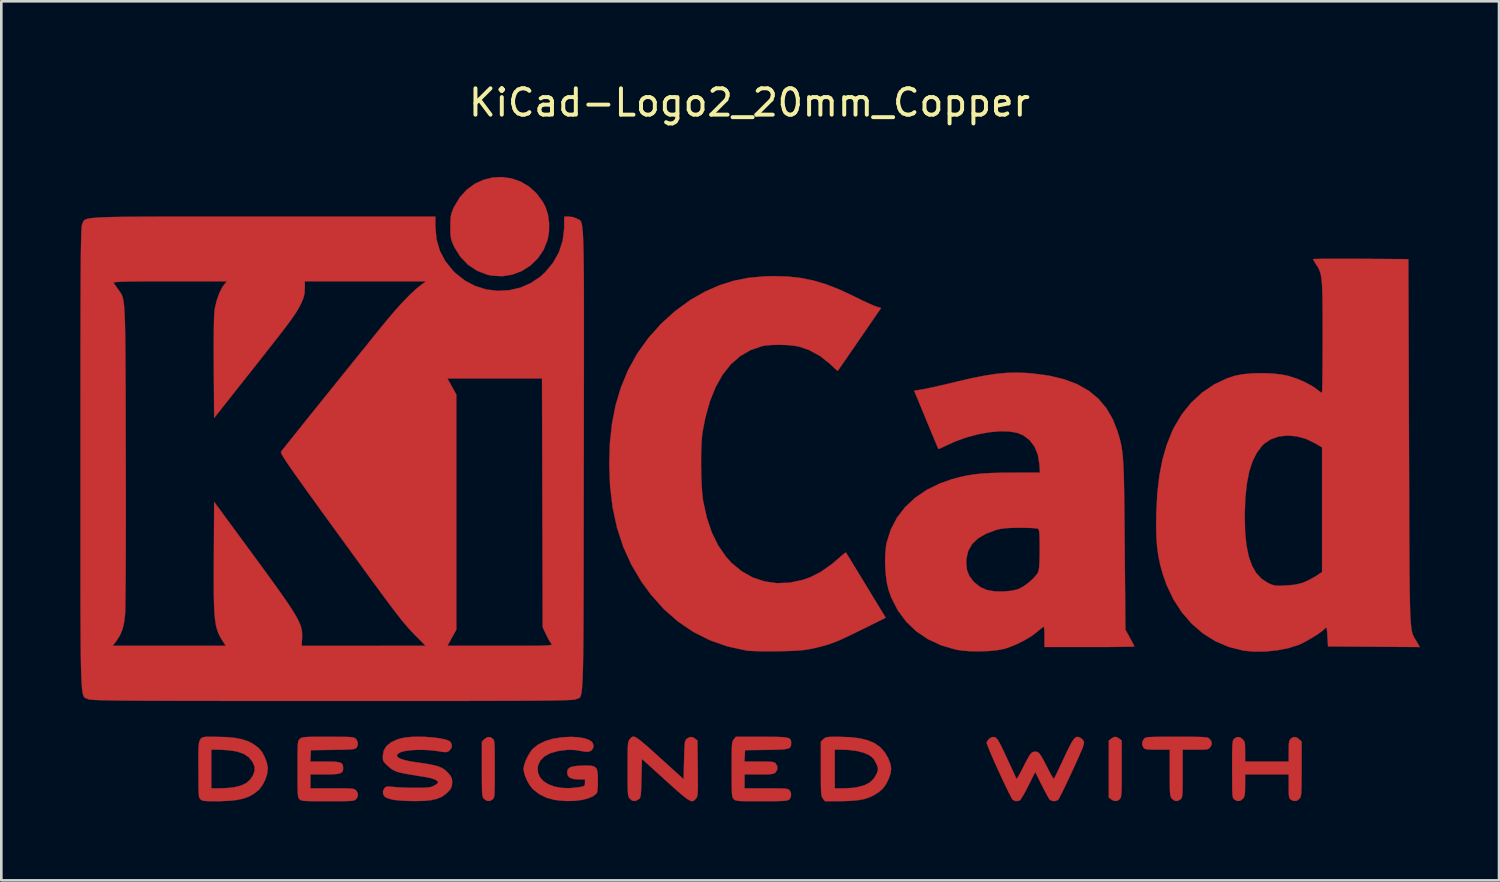
<source format=kicad_pcb>
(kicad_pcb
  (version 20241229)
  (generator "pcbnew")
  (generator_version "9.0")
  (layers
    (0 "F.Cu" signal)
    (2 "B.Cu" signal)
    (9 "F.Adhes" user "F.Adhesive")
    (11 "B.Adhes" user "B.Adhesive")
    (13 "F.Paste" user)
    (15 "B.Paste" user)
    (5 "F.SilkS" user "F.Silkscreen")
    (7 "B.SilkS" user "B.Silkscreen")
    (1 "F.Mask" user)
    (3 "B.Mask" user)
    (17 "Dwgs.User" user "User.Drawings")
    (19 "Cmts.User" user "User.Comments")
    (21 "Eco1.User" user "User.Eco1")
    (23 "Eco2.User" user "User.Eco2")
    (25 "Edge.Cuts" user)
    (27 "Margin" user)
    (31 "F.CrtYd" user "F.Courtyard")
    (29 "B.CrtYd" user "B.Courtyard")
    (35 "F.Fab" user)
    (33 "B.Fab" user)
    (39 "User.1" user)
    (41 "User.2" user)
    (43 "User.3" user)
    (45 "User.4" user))
  (footprint "KiCad-Logo2_20mm_Copper"
    (layer "F.Cu")
    (at 25.405 13.548)
    (property "Reference" "KiCad-Logo2_20mm_Copper" (at 0 -12.7 0) (layer "F.SilkS") (effects (font (size 1 1) (thickness 0.15))))
    (attr exclude_from_pos_files exclude_from_bom)
    (fp_poly (pts (xy 13.962 11.396) (xy 14.041 11.445) (xy 14.13 11.517) (xy 14.13 12.589) (xy 14.13 12.903) (xy 14.128 13.15) (xy 14.126 13.339) (xy 14.121 13.479) (xy 14.114 13.579) (xy 14.103 13.648) (xy 14.089 13.693) (xy 14.071 13.725) (xy 14.058 13.74) (xy 13.953 13.809) (xy 13.834 13.806) (xy 13.73 13.748) (xy 13.641 13.676) (xy 13.641 11.517) (xy 13.73 11.445) (xy 13.815 11.393) (xy 13.885 11.374) (xy 13.962 11.396)) (stroke (width 0.01) (type solid)) (fill yes) (layer "F.Cu"))
    (fp_poly (pts (xy -9.746 11.449) (xy -9.724 11.474) (xy -9.707 11.507) (xy -9.694 11.555) (xy -9.684 11.629) (xy -9.678 11.735) (xy -9.674 11.885) (xy -9.672 12.085) (xy -9.671 12.344) (xy -9.671 12.597) (xy -9.671 12.909) (xy -9.672 13.156) (xy -9.675 13.344) (xy -9.679 13.483) (xy -9.686 13.583) (xy -9.696 13.65) (xy -9.71 13.694) (xy -9.728 13.725) (xy -9.746 13.744) (xy -9.856 13.81) (xy -9.973 13.804) (xy -10.078 13.732) (xy -10.102 13.704) (xy -10.121 13.672) (xy -10.135 13.626) (xy -10.146 13.558) (xy -10.153 13.458) (xy -10.157 13.318) (xy -10.159 13.129) (xy -10.16 12.882) (xy -10.16 12.602) (xy -10.16 11.558) (xy -10.068 11.466) (xy -9.954 11.388) (xy -9.843 11.385) (xy -9.746 11.449)) (stroke (width 0.01) (type solid)) (fill yes) (layer "F.Cu"))
    (fp_poly (pts (xy -9.038 -9.825) (xy -8.696 -9.707) (xy -8.378 -9.52) (xy -8.094 -9.266) (xy -7.854 -8.943) (xy -7.746 -8.74) (xy -7.653 -8.455) (xy -7.608 -8.127) (xy -7.613 -7.79) (xy -7.668 -7.484) (xy -7.82 -7.11) (xy -8.04 -6.786) (xy -8.318 -6.518) (xy -8.641 -6.312) (xy -8.999 -6.175) (xy -9.381 -6.112) (xy -9.775 -6.132) (xy -9.969 -6.173) (xy -10.347 -6.32) (xy -10.683 -6.545) (xy -10.969 -6.84) (xy -11.196 -7.198) (xy -11.216 -7.238) (xy -11.282 -7.385) (xy -11.324 -7.508) (xy -11.346 -7.639) (xy -11.356 -7.807) (xy -11.357 -7.989) (xy -11.355 -8.208) (xy -11.343 -8.366) (xy -11.317 -8.494) (xy -11.271 -8.622) (xy -11.213 -8.748) (xy -10.999 -9.106) (xy -10.735 -9.397) (xy -10.432 -9.619) (xy -10.101 -9.772) (xy -9.751 -9.858) (xy -9.393 -9.876) (xy -9.038 -9.825)) (stroke (width 0.01) (type solid)) (fill yes) (layer "F.Cu"))
    (fp_poly (pts (xy 16.544 11.374) (xy 16.806 11.375) (xy 17.01 11.378) (xy 17.163 11.382) (xy 17.274 11.389) (xy 17.351 11.398) (xy 17.402 11.411) (xy 17.436 11.427) (xy 17.453 11.439) (xy 17.538 11.548) (xy 17.549 11.66) (xy 17.496 11.763) (xy 17.461 11.804) (xy 17.424 11.832) (xy 17.37 11.849) (xy 17.285 11.858) (xy 17.156 11.862) (xy 16.968 11.863) (xy 16.931 11.863) (xy 16.444 11.863) (xy 16.444 12.766) (xy 16.444 13.051) (xy 16.442 13.27) (xy 16.439 13.433) (xy 16.433 13.549) (xy 16.424 13.629) (xy 16.41 13.682) (xy 16.392 13.717) (xy 16.369 13.744) (xy 16.259 13.81) (xy 16.145 13.805) (xy 16.041 13.73) (xy 16.033 13.72) (xy 16.008 13.685) (xy 15.989 13.644) (xy 15.975 13.586) (xy 15.966 13.503) (xy 15.96 13.383) (xy 15.957 13.217) (xy 15.955 12.995) (xy 15.955 12.742) (xy 15.955 11.863) (xy 15.49 11.863) (xy 15.291 11.861) (xy 15.153 11.856) (xy 15.062 11.845) (xy 15.005 11.827) (xy 14.968 11.799) (xy 14.964 11.794) (xy 14.909 11.683) (xy 14.914 11.558) (xy 14.977 11.449) (xy 15.001 11.428) (xy 15.032 11.411) (xy 15.079 11.398) (xy 15.149 11.388) (xy 15.251 11.382) (xy 15.394 11.377) (xy 15.585 11.375) (xy 15.834 11.374) (xy 16.147 11.374) (xy 16.214 11.374) (xy 16.544 11.374)) (stroke (width 0.01) (type solid)) (fill yes) (layer "F.Cu"))
    (fp_poly (pts (xy 20.763 11.392) (xy 20.867 11.466) (xy 20.96 11.558) (xy 20.96 12.59) (xy 20.959 12.896) (xy 20.958 13.136) (xy 20.956 13.319) (xy 20.951 13.455) (xy 20.943 13.551) (xy 20.932 13.618) (xy 20.917 13.664) (xy 20.897 13.699) (xy 20.882 13.72) (xy 20.779 13.802) (xy 20.662 13.811) (xy 20.554 13.761) (xy 20.519 13.731) (xy 20.495 13.692) (xy 20.481 13.628) (xy 20.473 13.527) (xy 20.471 13.372) (xy 20.471 13.253) (xy 20.471 12.803) (xy 18.815 12.803) (xy 18.815 13.212) (xy 18.813 13.399) (xy 18.806 13.528) (xy 18.792 13.615) (xy 18.767 13.676) (xy 18.737 13.72) (xy 18.634 13.802) (xy 18.517 13.812) (xy 18.406 13.754) (xy 18.375 13.723) (xy 18.354 13.683) (xy 18.34 13.62) (xy 18.331 13.522) (xy 18.327 13.376) (xy 18.325 13.171) (xy 18.325 13.123) (xy 18.323 12.735) (xy 18.322 12.416) (xy 18.322 12.157) (xy 18.324 11.953) (xy 18.328 11.796) (xy 18.333 11.678) (xy 18.341 11.594) (xy 18.352 11.536) (xy 18.365 11.497) (xy 18.382 11.469) (xy 18.401 11.449) (xy 18.507 11.383) (xy 18.618 11.392) (xy 18.722 11.466) (xy 18.765 11.514) (xy 18.792 11.567) (xy 18.807 11.642) (xy 18.813 11.757) (xy 18.815 11.929) (xy 18.815 11.936) (xy 18.815 12.314) (xy 20.471 12.314) (xy 20.471 11.919) (xy 20.472 11.737) (xy 20.479 11.614) (xy 20.493 11.534) (xy 20.518 11.481) (xy 20.546 11.449) (xy 20.652 11.383) (xy 20.763 11.392)) (stroke (width 0.01) (type solid)) (fill yes) (layer "F.Cu"))
    (fp_poly (pts (xy 3.394 11.374) (xy 3.824 11.389) (xy 4.19 11.433) (xy 4.497 11.509) (xy 4.753 11.62) (xy 4.962 11.769) (xy 5.131 11.957) (xy 5.266 12.189) (xy 5.268 12.195) (xy 5.349 12.402) (xy 5.377 12.585) (xy 5.354 12.77) (xy 5.279 12.98) (xy 5.265 13.012) (xy 5.167 13.2) (xy 5.058 13.345) (xy 4.917 13.468) (xy 4.724 13.59) (xy 4.713 13.597) (xy 4.545 13.677) (xy 4.355 13.738) (xy 4.132 13.779) (xy 3.862 13.805) (xy 3.534 13.817) (xy 3.418 13.818) (xy 2.865 13.819) (xy 2.787 13.72) (xy 2.764 13.688) (xy 2.746 13.65) (xy 2.733 13.597) (xy 2.723 13.521) (xy 2.716 13.411) (xy 2.714 13.33) (xy 3.236 13.33) (xy 3.549 13.33) (xy 3.732 13.325) (xy 3.92 13.311) (xy 4.074 13.291) (xy 4.084 13.289) (xy 4.358 13.216) (xy 4.57 13.105) (xy 4.728 12.953) (xy 4.838 12.753) (xy 4.857 12.7) (xy 4.876 12.618) (xy 4.868 12.536) (xy 4.828 12.428) (xy 4.804 12.375) (xy 4.727 12.233) (xy 4.633 12.134) (xy 4.53 12.065) (xy 4.323 11.975) (xy 4.059 11.91) (xy 3.751 11.872) (xy 3.528 11.864) (xy 3.236 11.863) (xy 3.236 13.33) (xy 2.714 13.33) (xy 2.712 13.26) (xy 2.71 13.058) (xy 2.709 12.795) (xy 2.709 12.59) (xy 2.709 11.558) (xy 2.802 11.466) (xy 2.843 11.428) (xy 2.887 11.403) (xy 2.949 11.387) (xy 3.043 11.378) (xy 3.182 11.375) (xy 3.382 11.374) (xy 3.394 11.374)) (stroke (width 0.01) (type solid)) (fill yes) (layer "F.Cu"))
    (fp_poly (pts (xy -20.405 11.374) (xy -20.273 11.375) (xy -19.887 11.384) (xy -19.564 11.412) (xy -19.293 11.461) (xy -19.062 11.534) (xy -18.861 11.634) (xy -18.679 11.765) (xy -18.614 11.822) (xy -18.506 11.955) (xy -18.408 12.135) (xy -18.333 12.334) (xy -18.292 12.526) (xy -18.288 12.597) (xy -18.315 12.793) (xy -18.386 13.007) (xy -18.49 13.209) (xy -18.613 13.371) (xy -18.633 13.391) (xy -18.802 13.528) (xy -18.987 13.635) (xy -19.199 13.715) (xy -19.448 13.77) (xy -19.746 13.803) (xy -20.102 13.818) (xy -20.265 13.819) (xy -20.473 13.818) (xy -20.618 13.814) (xy -20.716 13.805) (xy -20.78 13.789) (xy -20.824 13.765) (xy -20.847 13.744) (xy -20.869 13.719) (xy -20.886 13.686) (xy -20.899 13.638) (xy -20.908 13.564) (xy -20.915 13.458) (xy -20.919 13.308) (xy -20.921 13.108) (xy -20.922 12.849) (xy -20.922 12.597) (xy -20.923 12.26) (xy -20.923 11.991) (xy -20.92 11.863) (xy -20.433 11.863) (xy -20.433 13.33) (xy -20.122 13.33) (xy -19.936 13.325) (xy -19.74 13.311) (xy -19.577 13.292) (xy -19.572 13.291) (xy -19.308 13.227) (xy -19.103 13.128) (xy -18.948 12.986) (xy -18.849 12.833) (xy -18.788 12.663) (xy -18.793 12.504) (xy -18.863 12.333) (xy -19.002 12.156) (xy -19.193 12.025) (xy -19.442 11.938) (xy -19.609 11.907) (xy -19.798 11.885) (xy -19.998 11.869) (xy -20.169 11.863) (xy -20.179 11.863) (xy -20.433 11.863) (xy -20.92 11.863) (xy -20.918 11.783) (xy -20.903 11.627) (xy -20.876 11.516) (xy -20.832 11.443) (xy -20.767 11.399) (xy -20.676 11.378) (xy -20.557 11.372) (xy -20.405 11.374)) (stroke (width 0.01) (type solid)) (fill yes) (layer "F.Cu"))
    (fp_poly (pts (xy -4.334 11.388) (xy -4.255 11.434) (xy -4.152 11.51) (xy -4.02 11.618) (xy -3.853 11.762) (xy -3.646 11.947) (xy -3.394 12.175) (xy -3.104 12.437) (xy -2.502 12.983) (xy -2.484 12.25) (xy -2.477 11.998) (xy -2.47 11.81) (xy -2.462 11.676) (xy -2.452 11.584) (xy -2.437 11.524) (xy -2.417 11.486) (xy -2.39 11.457) (xy -2.376 11.445) (xy -2.261 11.382) (xy -2.151 11.391) (xy -2.064 11.445) (xy -1.976 11.517) (xy -1.965 12.567) (xy -1.961 12.876) (xy -1.96 13.118) (xy -1.96 13.304) (xy -1.963 13.441) (xy -1.97 13.539) (xy -1.979 13.608) (xy -1.994 13.655) (xy -2.012 13.69) (xy -2.033 13.718) (xy -2.078 13.771) (xy -2.123 13.805) (xy -2.174 13.819) (xy -2.237 13.807) (xy -2.318 13.766) (xy -2.424 13.693) (xy -2.561 13.583) (xy -2.735 13.433) (xy -2.952 13.24) (xy -3.199 13.017) (xy -4.083 12.215) (xy -4.102 12.945) (xy -4.108 13.197) (xy -4.115 13.385) (xy -4.123 13.518) (xy -4.133 13.61) (xy -4.148 13.669) (xy -4.168 13.708) (xy -4.195 13.736) (xy -4.209 13.748) (xy -4.333 13.811) (xy -4.449 13.802) (xy -4.55 13.72) (xy -4.574 13.688) (xy -4.592 13.649) (xy -4.605 13.597) (xy -4.615 13.52) (xy -4.622 13.41) (xy -4.626 13.258) (xy -4.628 13.055) (xy -4.628 12.792) (xy -4.628 12.597) (xy -4.628 12.291) (xy -4.627 12.052) (xy -4.624 11.87) (xy -4.619 11.736) (xy -4.612 11.64) (xy -4.601 11.574) (xy -4.585 11.528) (xy -4.565 11.493) (xy -4.55 11.473) (xy -4.513 11.426) (xy -4.478 11.39) (xy -4.44 11.37) (xy -4.393 11.368) (xy -4.334 11.388)) (stroke (width 0.01) (type solid)) (fill yes) (layer "F.Cu"))
    (fp_poly (pts (xy -6.5 11.392) (xy -6.272 11.43) (xy -6.096 11.49) (xy -5.982 11.568) (xy -5.951 11.613) (xy -5.92 11.717) (xy -5.941 11.811) (xy -6.008 11.901) (xy -6.112 11.942) (xy -6.264 11.939) (xy -6.381 11.916) (xy -6.641 11.873) (xy -6.907 11.869) (xy -7.205 11.904) (xy -7.287 11.919) (xy -7.564 11.997) (xy -7.781 12.113) (xy -7.935 12.265) (xy -8.024 12.452) (xy -8.042 12.548) (xy -8.03 12.743) (xy -7.952 12.916) (xy -7.816 13.063) (xy -7.628 13.181) (xy -7.396 13.266) (xy -7.126 13.315) (xy -6.826 13.325) (xy -6.503 13.292) (xy -6.485 13.289) (xy -6.356 13.265) (xy -6.285 13.242) (xy -6.254 13.207) (xy -6.247 13.15) (xy -6.247 13.119) (xy -6.247 12.992) (xy -6.475 12.992) (xy -6.676 12.978) (xy -6.814 12.934) (xy -6.894 12.856) (xy -6.923 12.74) (xy -6.923 12.725) (xy -6.906 12.626) (xy -6.848 12.555) (xy -6.74 12.508) (xy -6.572 12.481) (xy -6.41 12.471) (xy -6.175 12.465) (xy -6.004 12.474) (xy -5.887 12.506) (xy -5.815 12.571) (xy -5.776 12.678) (xy -5.76 12.836) (xy -5.757 13.044) (xy -5.762 13.275) (xy -5.776 13.433) (xy -5.8 13.517) (xy -5.804 13.523) (xy -5.934 13.628) (xy -6.124 13.712) (xy -6.363 13.771) (xy -6.638 13.805) (xy -6.937 13.812) (xy -7.249 13.79) (xy -7.432 13.763) (xy -7.719 13.682) (xy -7.986 13.549) (xy -8.21 13.376) (xy -8.244 13.342) (xy -8.354 13.197) (xy -8.454 13.017) (xy -8.531 12.829) (xy -8.574 12.658) (xy -8.58 12.592) (xy -8.557 12.455) (xy -8.499 12.284) (xy -8.414 12.105) (xy -8.316 11.941) (xy -8.229 11.831) (xy -8.026 11.668) (xy -7.763 11.538) (xy -7.451 11.445) (xy -7.097 11.391) (xy -6.773 11.377) (xy -6.5 11.392)) (stroke (width 0.01) (type solid)) (fill yes) (layer "F.Cu"))
    (fp_poly (pts (xy 0.768 11.374) (xy 1.022 11.377) (xy 1.217 11.384) (xy 1.361 11.397) (xy 1.461 11.418) (xy 1.525 11.447) (xy 1.561 11.487) (xy 1.577 11.54) (xy 1.58 11.607) (xy 1.58 11.614) (xy 1.577 11.69) (xy 1.561 11.748) (xy 1.524 11.792) (xy 1.458 11.823) (xy 1.353 11.844) (xy 1.201 11.857) (xy 0.993 11.865) (xy 0.721 11.87) (xy 0.638 11.871) (xy -0.169 11.882) (xy -0.181 12.098) (xy -0.192 12.314) (xy 0.369 12.314) (xy 0.588 12.315) (xy 0.744 12.319) (xy 0.85 12.326) (xy 0.919 12.339) (xy 0.964 12.359) (xy 0.996 12.388) (xy 0.996 12.388) (xy 1.055 12.5) (xy 1.052 12.621) (xy 0.991 12.725) (xy 0.979 12.735) (xy 0.936 12.763) (xy 0.877 12.782) (xy 0.789 12.794) (xy 0.658 12.801) (xy 0.472 12.803) (xy 0.353 12.803) (xy -0.188 12.803) (xy -0.188 13.33) (xy 0.634 13.33) (xy 0.905 13.331) (xy 1.111 13.333) (xy 1.262 13.337) (xy 1.367 13.344) (xy 1.437 13.355) (xy 1.482 13.371) (xy 1.511 13.392) (xy 1.518 13.399) (xy 1.572 13.504) (xy 1.576 13.624) (xy 1.532 13.728) (xy 1.497 13.761) (xy 1.46 13.779) (xy 1.404 13.793) (xy 1.319 13.804) (xy 1.196 13.811) (xy 1.026 13.816) (xy 0.8 13.819) (xy 0.51 13.819) (xy 0.445 13.819) (xy 0.15 13.819) (xy -0.079 13.818) (xy -0.251 13.816) (xy -0.376 13.811) (xy -0.463 13.802) (xy -0.52 13.791) (xy -0.558 13.774) (xy -0.586 13.753) (xy -0.601 13.737) (xy -0.623 13.71) (xy -0.641 13.676) (xy -0.654 13.626) (xy -0.664 13.552) (xy -0.67 13.445) (xy -0.674 13.295) (xy -0.676 13.094) (xy -0.677 12.833) (xy -0.677 12.613) (xy -0.677 12.305) (xy -0.676 12.064) (xy -0.673 11.879) (xy -0.669 11.743) (xy -0.661 11.645) (xy -0.65 11.577) (xy -0.635 11.53) (xy -0.616 11.495) (xy -0.599 11.473) (xy -0.521 11.374) (xy 0.446 11.374) (xy 0.768 11.374)) (stroke (width 0.01) (type solid)) (fill yes) (layer "F.Cu"))
    (fp_poly (pts (xy -15.709 11.374) (xy -15.478 11.375) (xy -15.303 11.378) (xy -15.176 11.383) (xy -15.087 11.391) (xy -15.027 11.403) (xy -14.987 11.419) (xy -14.957 11.441) (xy -14.946 11.45) (xy -14.88 11.554) (xy -14.868 11.673) (xy -14.912 11.778) (xy -14.932 11.8) (xy -14.964 11.82) (xy -15.016 11.836) (xy -15.098 11.848) (xy -15.219 11.857) (xy -15.389 11.864) (xy -15.617 11.868) (xy -15.825 11.871) (xy -16.651 11.882) (xy -16.662 12.098) (xy -16.674 12.314) (xy -16.113 12.314) (xy -15.87 12.316) (xy -15.692 12.325) (xy -15.569 12.344) (xy -15.491 12.378) (xy -15.448 12.429) (xy -15.431 12.502) (xy -15.428 12.569) (xy -15.436 12.652) (xy -15.468 12.713) (xy -15.531 12.755) (xy -15.637 12.782) (xy -15.795 12.797) (xy -16.013 12.803) (xy -16.133 12.803) (xy -16.67 12.803) (xy -16.67 13.33) (xy -15.842 13.33) (xy -15.571 13.331) (xy -15.364 13.332) (xy -15.213 13.336) (xy -15.107 13.343) (xy -15.035 13.354) (xy -14.988 13.369) (xy -14.956 13.39) (xy -14.939 13.406) (xy -14.882 13.495) (xy -14.864 13.575) (xy -14.89 13.672) (xy -14.939 13.744) (xy -14.965 13.767) (xy -14.999 13.784) (xy -15.049 13.798) (xy -15.126 13.807) (xy -15.237 13.813) (xy -15.392 13.817) (xy -15.601 13.819) (xy -15.871 13.819) (xy -16.011 13.819) (xy -16.312 13.819) (xy -16.546 13.818) (xy -16.724 13.815) (xy -16.853 13.81) (xy -16.944 13.802) (xy -17.004 13.791) (xy -17.044 13.775) (xy -17.073 13.755) (xy -17.084 13.744) (xy -17.106 13.719) (xy -17.123 13.686) (xy -17.136 13.637) (xy -17.146 13.564) (xy -17.152 13.457) (xy -17.156 13.307) (xy -17.158 13.106) (xy -17.159 12.846) (xy -17.159 12.603) (xy -17.159 12.292) (xy -17.158 12.048) (xy -17.156 11.862) (xy -17.152 11.724) (xy -17.145 11.626) (xy -17.135 11.56) (xy -17.121 11.516) (xy -17.102 11.486) (xy -17.078 11.461) (xy -17.072 11.455) (xy -17.043 11.431) (xy -17.01 11.411) (xy -16.962 11.397) (xy -16.891 11.387) (xy -16.788 11.38) (xy -16.643 11.376) (xy -16.446 11.374) (xy -16.189 11.374) (xy -16.007 11.374) (xy -15.709 11.374)) (stroke (width 0.01) (type solid)) (fill yes) (layer "F.Cu"))
    (fp_poly (pts (xy 12.482 11.38) (xy 12.548 11.403) (xy 12.55 11.405) (xy 12.639 11.472) (xy 12.688 11.542) (xy 12.697 11.575) (xy 12.697 11.618) (xy 12.683 11.68) (xy 12.654 11.768) (xy 12.606 11.889) (xy 12.535 12.052) (xy 12.441 12.265) (xy 12.318 12.534) (xy 12.251 12.681) (xy 12.129 12.943) (xy 12.014 13.185) (xy 11.912 13.396) (xy 11.825 13.569) (xy 11.76 13.694) (xy 11.719 13.763) (xy 11.711 13.772) (xy 11.607 13.814) (xy 11.49 13.809) (xy 11.397 13.758) (xy 11.393 13.754) (xy 11.356 13.697) (xy 11.293 13.587) (xy 11.213 13.438) (xy 11.123 13.263) (xy 11.091 13.199) (xy 10.847 12.71) (xy 10.581 13.241) (xy 10.486 13.425) (xy 10.398 13.584) (xy 10.324 13.706) (xy 10.271 13.78) (xy 10.253 13.796) (xy 10.114 13.817) (xy 9.999 13.772) (xy 9.966 13.725) (xy 9.907 13.619) (xy 9.829 13.465) (xy 9.736 13.274) (xy 9.632 13.056) (xy 9.523 12.822) (xy 9.413 12.581) (xy 9.306 12.345) (xy 9.209 12.123) (xy 9.125 11.926) (xy 9.059 11.765) (xy 9.016 11.65) (xy 9.001 11.591) (xy 9.001 11.589) (xy 9.038 11.515) (xy 9.111 11.439) (xy 9.116 11.436) (xy 9.206 11.385) (xy 9.29 11.385) (xy 9.321 11.395) (xy 9.359 11.416) (xy 9.4 11.457) (xy 9.448 11.526) (xy 9.508 11.633) (xy 9.585 11.786) (xy 9.683 11.992) (xy 9.772 12.183) (xy 9.875 12.404) (xy 9.967 12.603) (xy 10.043 12.769) (xy 10.099 12.892) (xy 10.131 12.962) (xy 10.135 12.973) (xy 10.156 12.955) (xy 10.203 12.88) (xy 10.27 12.76) (xy 10.352 12.604) (xy 10.384 12.54) (xy 10.494 12.323) (xy 10.579 12.166) (xy 10.645 12.057) (xy 10.701 11.99) (xy 10.752 11.954) (xy 10.805 11.94) (xy 10.84 11.938) (xy 10.902 11.943) (xy 10.956 11.966) (xy 11.01 12.015) (xy 11.071 12.1) (xy 11.146 12.23) (xy 11.242 12.415) (xy 11.296 12.52) (xy 11.382 12.687) (xy 11.457 12.826) (xy 11.515 12.924) (xy 11.548 12.971) (xy 11.553 12.973) (xy 11.574 12.936) (xy 11.622 12.841) (xy 11.692 12.697) (xy 11.779 12.515) (xy 11.878 12.305) (xy 11.927 12.2) (xy 12.054 11.93) (xy 12.156 11.723) (xy 12.239 11.57) (xy 12.308 11.467) (xy 12.368 11.405) (xy 12.424 11.378) (xy 12.482 11.38)) (stroke (width 0.01) (type solid)) (fill yes) (layer "F.Cu"))
    (fp_poly (pts (xy -12.306 11.378) (xy -12.056 11.395) (xy -11.824 11.423) (xy -11.623 11.459) (xy -11.467 11.502) (xy -11.368 11.553) (xy -11.353 11.568) (xy -11.3 11.683) (xy -11.316 11.801) (xy -11.398 11.902) (xy -11.402 11.905) (xy -11.45 11.937) (xy -11.5 11.953) (xy -11.57 11.955) (xy -11.678 11.943) (xy -11.84 11.917) (xy -11.853 11.915) (xy -12.096 11.885) (xy -12.357 11.871) (xy -12.62 11.87) (xy -12.865 11.884) (xy -13.073 11.912) (xy -13.228 11.952) (xy -13.238 11.956) (xy -13.35 12.019) (xy -13.39 12.082) (xy -13.359 12.145) (xy -13.26 12.204) (xy -13.096 12.259) (xy -12.87 12.308) (xy -12.719 12.331) (xy -12.405 12.376) (xy -12.155 12.417) (xy -11.959 12.458) (xy -11.806 12.502) (xy -11.685 12.553) (xy -11.586 12.614) (xy -11.498 12.689) (xy -11.427 12.763) (xy -11.344 12.866) (xy -11.302 12.954) (xy -11.289 13.063) (xy -11.289 13.103) (xy -11.299 13.236) (xy -11.337 13.334) (xy -11.404 13.422) (xy -11.541 13.555) (xy -11.693 13.657) (xy -11.872 13.731) (xy -12.089 13.779) (xy -12.356 13.806) (xy -12.684 13.814) (xy -12.738 13.814) (xy -12.956 13.809) (xy -13.173 13.799) (xy -13.364 13.785) (xy -13.506 13.767) (xy -13.518 13.765) (xy -13.659 13.732) (xy -13.779 13.689) (xy -13.847 13.651) (xy -13.91 13.549) (xy -13.915 13.43) (xy -13.86 13.324) (xy -13.848 13.312) (xy -13.798 13.276) (xy -13.735 13.261) (xy -13.637 13.264) (xy -13.519 13.277) (xy -13.387 13.289) (xy -13.201 13.299) (xy -12.985 13.307) (xy -12.759 13.311) (xy -12.7 13.311) (xy -12.474 13.31) (xy -12.308 13.305) (xy -12.189 13.296) (xy -12.101 13.28) (xy -12.03 13.256) (xy -11.987 13.236) (xy -11.893 13.181) (xy -11.834 13.131) (xy -11.825 13.116) (xy -11.843 13.058) (xy -11.931 13.001) (xy -12.082 12.948) (xy -12.289 12.903) (xy -12.351 12.893) (xy -12.67 12.842) (xy -12.925 12.8) (xy -13.126 12.764) (xy -13.282 12.729) (xy -13.402 12.694) (xy -13.498 12.654) (xy -13.578 12.608) (xy -13.652 12.551) (xy -13.731 12.481) (xy -13.758 12.457) (xy -13.851 12.366) (xy -13.901 12.293) (xy -13.92 12.211) (xy -13.923 12.107) (xy -13.889 11.902) (xy -13.786 11.729) (xy -13.615 11.587) (xy -13.378 11.476) (xy -13.208 11.427) (xy -13.024 11.395) (xy -12.803 11.376) (xy -12.559 11.371) (xy -12.306 11.378)) (stroke (width 0.01) (type solid)) (fill yes) (layer "F.Cu"))
    (fp_poly (pts (xy 1.459 -6.099) (xy 1.95 -6.045) (xy 2.425 -5.949) (xy 2.905 -5.805) (xy 3.408 -5.609) (xy 3.953 -5.355) (xy 4.052 -5.306) (xy 4.277 -5.195) (xy 4.49 -5.095) (xy 4.669 -5.016) (xy 4.793 -4.966) (xy 4.812 -4.96) (xy 4.995 -4.905) (xy 4.177 -3.716) (xy 3.977 -3.425) (xy 3.794 -3.16) (xy 3.635 -2.928) (xy 3.505 -2.74) (xy 3.411 -2.604) (xy 3.359 -2.529) (xy 3.35 -2.517) (xy 3.316 -2.541) (xy 3.231 -2.616) (xy 3.112 -2.727) (xy 3.046 -2.79) (xy 2.671 -3.087) (xy 2.251 -3.314) (xy 1.889 -3.437) (xy 1.672 -3.476) (xy 1.399 -3.5) (xy 1.105 -3.508) (xy 0.819 -3.5) (xy 0.574 -3.476) (xy 0.477 -3.457) (xy 0.037 -3.306) (xy -0.359 -3.075) (xy -0.712 -2.764) (xy -1.02 -2.375) (xy -1.284 -1.907) (xy -1.504 -1.362) (xy -1.678 -0.738) (xy -1.782 -0.205) (xy -1.809 0.031) (xy -1.827 0.335) (xy -1.837 0.686) (xy -1.839 1.062) (xy -1.833 1.442) (xy -1.818 1.802) (xy -1.796 2.122) (xy -1.767 2.38) (xy -1.761 2.42) (xy -1.62 3.06) (xy -1.428 3.626) (xy -1.183 4.122) (xy -0.885 4.549) (xy -0.674 4.78) (xy -0.294 5.093) (xy 0.122 5.325) (xy 0.569 5.475) (xy 1.038 5.542) (xy 1.522 5.523) (xy 2.016 5.418) (xy 2.307 5.316) (xy 2.711 5.111) (xy 3.127 4.816) (xy 3.36 4.617) (xy 3.491 4.502) (xy 3.593 4.418) (xy 3.652 4.377) (xy 3.659 4.376) (xy 3.685 4.417) (xy 3.753 4.527) (xy 3.856 4.696) (xy 3.99 4.915) (xy 4.147 5.173) (xy 4.324 5.462) (xy 4.422 5.623) (xy 5.171 6.854) (xy 4.236 7.316) (xy 3.897 7.482) (xy 3.623 7.613) (xy 3.397 7.715) (xy 3.201 7.795) (xy 3.019 7.86) (xy 2.835 7.916) (xy 2.631 7.968) (xy 2.435 8.015) (xy 2.261 8.051) (xy 2.08 8.078) (xy 1.872 8.098) (xy 1.62 8.112) (xy 1.305 8.122) (xy 1.092 8.126) (xy 0.79 8.129) (xy 0.499 8.128) (xy 0.241 8.122) (xy 0.033 8.113) (xy -0.105 8.101) (xy -0.113 8.1) (xy -0.828 7.945) (xy -1.499 7.711) (xy -2.127 7.396) (xy -2.71 7.002) (xy -3.25 6.529) (xy -3.744 5.976) (xy -4.103 5.485) (xy -4.484 4.842) (xy -4.793 4.163) (xy -5.029 3.443) (xy -5.196 2.675) (xy -5.294 1.855) (xy -5.325 1.023) (xy -5.3 0.218) (xy -5.22 -0.525) (xy -5.083 -1.218) (xy -4.887 -1.874) (xy -4.629 -2.506) (xy -4.598 -2.571) (xy -4.258 -3.183) (xy -3.841 -3.764) (xy -3.358 -4.305) (xy -2.821 -4.791) (xy -2.243 -5.212) (xy -1.703 -5.52) (xy -1.158 -5.762) (xy -0.613 -5.937) (xy -0.044 -6.051) (xy 0.567 -6.107) (xy 0.933 -6.115) (xy 1.459 -6.099)) (stroke (width 0.01) (type solid)) (fill yes) (layer "F.Cu"))
    (fp_poly (pts (xy 22.685 -6.774) (xy 23.072 -6.772) (xy 23.204 -6.772) (xy 25.013 -6.76) (xy 25.036 0.182) (xy 25.039 1.123) (xy 25.042 1.978) (xy 25.044 2.751) (xy 25.047 3.445) (xy 25.049 4.067) (xy 25.052 4.619) (xy 25.056 5.107) (xy 25.06 5.535) (xy 25.065 5.907) (xy 25.071 6.228) (xy 25.078 6.502) (xy 25.087 6.734) (xy 25.097 6.928) (xy 25.109 7.088) (xy 25.123 7.219) (xy 25.139 7.325) (xy 25.157 7.411) (xy 25.178 7.482) (xy 25.201 7.54) (xy 25.227 7.592) (xy 25.255 7.641) (xy 25.287 7.692) (xy 25.322 7.749) (xy 25.329 7.761) (xy 25.45 7.967) (xy 21.963 7.943) (xy 21.941 7.56) (xy 21.928 7.376) (xy 21.915 7.27) (xy 21.898 7.228) (xy 21.871 7.237) (xy 21.849 7.261) (xy 21.754 7.349) (xy 21.598 7.463) (xy 21.403 7.588) (xy 21.192 7.712) (xy 20.987 7.82) (xy 20.83 7.891) (xy 20.46 8.008) (xy 20.037 8.09) (xy 19.59 8.136) (xy 19.152 8.141) (xy 18.753 8.103) (xy 18.746 8.101) (xy 18.2 7.964) (xy 17.689 7.746) (xy 17.218 7.451) (xy 16.791 7.085) (xy 16.415 6.651) (xy 16.092 6.154) (xy 15.83 5.6) (xy 15.687 5.189) (xy 15.592 4.846) (xy 15.522 4.513) (xy 15.475 4.171) (xy 15.447 3.8) (xy 15.437 3.378) (xy 15.442 3.034) (xy 18.801 3.034) (xy 18.816 3.611) (xy 18.867 4.107) (xy 18.953 4.528) (xy 19.076 4.876) (xy 19.238 5.157) (xy 19.44 5.375) (xy 19.674 5.529) (xy 19.796 5.587) (xy 19.901 5.621) (xy 20.019 5.637) (xy 20.177 5.638) (xy 20.347 5.632) (xy 20.682 5.603) (xy 20.947 5.545) (xy 21.03 5.516) (xy 21.22 5.43) (xy 21.421 5.323) (xy 21.508 5.269) (xy 21.736 5.12) (xy 21.736 0.388) (xy 21.485 0.238) (xy 21.136 0.068) (xy 20.779 -0.032) (xy 20.428 -0.064) (xy 20.095 -0.027) (xy 19.794 0.077) (xy 19.538 0.248) (xy 19.455 0.33) (xy 19.255 0.599) (xy 19.094 0.924) (xy 18.969 1.312) (xy 18.88 1.767) (xy 18.824 2.296) (xy 18.801 2.903) (xy 18.801 3.034) (xy 15.442 3.034) (xy 15.443 2.891) (xy 15.482 2.142) (xy 15.559 1.466) (xy 15.677 0.854) (xy 15.838 0.295) (xy 16.043 -0.219) (xy 16.117 -0.372) (xy 16.413 -0.87) (xy 16.77 -1.312) (xy 17.18 -1.691) (xy 17.636 -2.001) (xy 18.128 -2.234) (xy 18.422 -2.331) (xy 18.712 -2.388) (xy 19.06 -2.422) (xy 19.438 -2.432) (xy 19.817 -2.42) (xy 20.166 -2.385) (xy 20.447 -2.33) (xy 20.781 -2.221) (xy 21.105 -2.081) (xy 21.389 -1.925) (xy 21.54 -1.818) (xy 21.644 -1.739) (xy 21.716 -1.691) (xy 21.733 -1.684) (xy 21.738 -1.728) (xy 21.743 -1.854) (xy 21.747 -2.054) (xy 21.751 -2.318) (xy 21.754 -2.637) (xy 21.756 -3.002) (xy 21.758 -3.406) (xy 21.758 -3.816) (xy 21.758 -4.343) (xy 21.757 -4.786) (xy 21.754 -5.156) (xy 21.748 -5.46) (xy 21.739 -5.706) (xy 21.726 -5.905) (xy 21.708 -6.063) (xy 21.684 -6.189) (xy 21.654 -6.292) (xy 21.617 -6.381) (xy 21.572 -6.463) (xy 21.518 -6.548) (xy 21.511 -6.558) (xy 21.442 -6.668) (xy 21.4 -6.743) (xy 21.394 -6.759) (xy 21.438 -6.764) (xy 21.563 -6.768) (xy 21.76 -6.771) (xy 22.019 -6.773) (xy 22.331 -6.774) (xy 22.685 -6.774)) (stroke (width 0.01) (type solid)) (fill yes) (layer "F.Cu"))
    (fp_poly (pts (xy 10.502 -2.439) (xy 10.727 -2.422) (xy 11.372 -2.336) (xy 11.944 -2.2) (xy 12.444 -2.01) (xy 12.876 -1.765) (xy 13.243 -1.463) (xy 13.547 -1.103) (xy 13.791 -0.683) (xy 13.97 -0.228) (xy 14.015 -0.082) (xy 14.054 0.054) (xy 14.088 0.188) (xy 14.117 0.327) (xy 14.142 0.479) (xy 14.163 0.651) (xy 14.18 0.851) (xy 14.194 1.085) (xy 14.205 1.362) (xy 14.215 1.687) (xy 14.222 2.069) (xy 14.229 2.516) (xy 14.235 3.033) (xy 14.24 3.629) (xy 14.244 4.097) (xy 14.27 7.306) (xy 14.441 7.615) (xy 14.522 7.764) (xy 14.582 7.879) (xy 14.611 7.941) (xy 14.612 7.945) (xy 14.568 7.95) (xy 14.443 7.954) (xy 14.247 7.958) (xy 13.99 7.961) (xy 13.681 7.964) (xy 13.331 7.965) (xy 12.95 7.966) (xy 12.905 7.966) (xy 11.198 7.966) (xy 11.198 7.579) (xy 11.195 7.404) (xy 11.187 7.27) (xy 11.176 7.199) (xy 11.171 7.192) (xy 11.126 7.22) (xy 11.033 7.293) (xy 10.912 7.395) (xy 10.909 7.398) (xy 10.689 7.562) (xy 10.41 7.727) (xy 10.105 7.876) (xy 9.805 7.994) (xy 9.673 8.034) (xy 9.41 8.085) (xy 9.087 8.118) (xy 8.735 8.131) (xy 8.381 8.126) (xy 8.057 8.1) (xy 7.829 8.063) (xy 7.272 7.899) (xy 6.771 7.666) (xy 6.328 7.367) (xy 5.948 7.003) (xy 5.633 6.579) (xy 5.386 6.096) (xy 5.28 5.804) (xy 5.213 5.519) (xy 5.169 5.178) (xy 5.148 4.811) (xy 5.149 4.757) (xy 8.228 4.757) (xy 8.253 5.03) (xy 8.338 5.257) (xy 8.495 5.467) (xy 8.556 5.529) (xy 8.77 5.695) (xy 9.018 5.802) (xy 9.315 5.854) (xy 9.628 5.858) (xy 9.925 5.833) (xy 10.152 5.783) (xy 10.251 5.746) (xy 10.428 5.646) (xy 10.617 5.504) (xy 10.789 5.345) (xy 10.917 5.193) (xy 10.951 5.137) (xy 10.977 5.059) (xy 10.996 4.934) (xy 11.008 4.751) (xy 11.014 4.498) (xy 11.016 4.257) (xy 11.015 3.976) (xy 11.011 3.773) (xy 11.004 3.634) (xy 10.991 3.547) (xy 10.972 3.498) (xy 10.945 3.473) (xy 10.936 3.469) (xy 10.863 3.457) (xy 10.718 3.448) (xy 10.521 3.441) (xy 10.292 3.438) (xy 10.242 3.438) (xy 9.936 3.443) (xy 9.699 3.457) (xy 9.511 3.484) (xy 9.356 3.522) (xy 8.97 3.668) (xy 8.668 3.847) (xy 8.447 4.062) (xy 8.303 4.317) (xy 8.235 4.613) (xy 8.228 4.757) (xy 5.149 4.757) (xy 5.153 4.45) (xy 5.184 4.126) (xy 5.208 3.995) (xy 5.361 3.51) (xy 5.594 3.063) (xy 5.903 2.66) (xy 6.283 2.304) (xy 6.729 1.999) (xy 7.238 1.751) (xy 7.67 1.6) (xy 7.959 1.52) (xy 8.235 1.459) (xy 8.517 1.413) (xy 8.822 1.38) (xy 9.168 1.36) (xy 9.573 1.349) (xy 9.94 1.346) (xy 11.026 1.343) (xy 11.005 1.016) (xy 10.946 0.662) (xy 10.82 0.358) (xy 10.633 0.11) (xy 10.391 -0.072) (xy 10.177 -0.161) (xy 9.87 -0.217) (xy 9.506 -0.225) (xy 9.1 -0.188) (xy 8.67 -0.109) (xy 8.232 0.009) (xy 7.805 0.164) (xy 7.495 0.305) (xy 7.345 0.377) (xy 7.231 0.428) (xy 7.173 0.447) (xy 7.17 0.447) (xy 7.15 0.403) (xy 7.1 0.285) (xy 7.025 0.106) (xy 6.93 -0.123) (xy 6.818 -0.392) (xy 6.705 -0.666) (xy 6.251 -1.764) (xy 6.574 -1.817) (xy 6.714 -1.844) (xy 6.924 -1.889) (xy 7.186 -1.947) (xy 7.483 -2.016) (xy 7.796 -2.09) (xy 7.92 -2.121) (xy 8.46 -2.246) (xy 8.932 -2.339) (xy 9.355 -2.404) (xy 9.745 -2.441) (xy 10.122 -2.452) (xy 10.502 -2.439)) (stroke (width 0.01) (type solid)) (fill yes) (layer "F.Cu"))
    (fp_poly (pts (xy -19.746 -8.376) (xy -18.869 -8.376) (xy -18.461 -8.376) (xy -11.926 -8.376) (xy -11.926 -7.99) (xy -11.885 -7.522) (xy -11.761 -7.089) (xy -11.553 -6.691) (xy -11.259 -6.324) (xy -11.16 -6.225) (xy -10.803 -5.943) (xy -10.409 -5.738) (xy -9.991 -5.609) (xy -9.559 -5.556) (xy -9.126 -5.579) (xy -8.702 -5.677) (xy -8.301 -5.851) (xy -7.933 -6.101) (xy -7.768 -6.252) (xy -7.46 -6.621) (xy -7.234 -7.027) (xy -7.092 -7.466) (xy -7.036 -7.931) (xy -7.036 -7.977) (xy -7.033 -8.376) (xy -6.858 -8.376) (xy -6.702 -8.355) (xy -6.561 -8.303) (xy -6.551 -8.298) (xy -6.519 -8.281) (xy -6.49 -8.268) (xy -6.463 -8.255) (xy -6.438 -8.238) (xy -6.416 -8.214) (xy -6.396 -8.178) (xy -6.378 -8.127) (xy -6.362 -8.057) (xy -6.348 -7.964) (xy -6.336 -7.845) (xy -6.325 -7.695) (xy -6.316 -7.512) (xy -6.308 -7.29) (xy -6.302 -7.027) (xy -6.297 -6.719) (xy -6.293 -6.361) (xy -6.29 -5.951) (xy -6.288 -5.484) (xy -6.287 -4.957) (xy -6.287 -4.365) (xy -6.287 -3.705) (xy -6.287 -2.974) (xy -6.288 -2.167) (xy -6.29 -1.281) (xy -6.291 -0.312) (xy -6.292 0.744) (xy -6.293 0.873) (xy -6.294 1.935) (xy -6.295 2.911) (xy -6.296 3.803) (xy -6.297 4.615) (xy -6.299 5.352) (xy -6.3 6.016) (xy -6.302 6.611) (xy -6.304 7.142) (xy -6.308 7.613) (xy -6.311 8.026) (xy -6.316 8.385) (xy -6.322 8.695) (xy -6.329 8.96) (xy -6.337 9.182) (xy -6.347 9.366) (xy -6.358 9.515) (xy -6.37 9.634) (xy -6.384 9.726) (xy -6.401 9.795) (xy -6.419 9.844) (xy -6.439 9.877) (xy -6.462 9.899) (xy -6.486 9.913) (xy -6.514 9.922) (xy -6.544 9.931) (xy -6.576 9.942) (xy -6.584 9.946) (xy -6.609 9.954) (xy -6.651 9.962) (xy -6.713 9.968) (xy -6.8 9.975) (xy -6.914 9.98) (xy -7.06 9.985) (xy -7.241 9.99) (xy -7.46 9.994) (xy -7.722 9.998) (xy -8.03 10.001) (xy -8.388 10.003) (xy -8.8 10.006) (xy -9.268 10.008) (xy -9.797 10.009) (xy -10.39 10.011) (xy -11.051 10.012) (xy -11.784 10.012) (xy -12.593 10.013) (xy -13.48 10.013) (xy -14.45 10.013) (xy -15.506 10.013) (xy -15.848 10.013) (xy -16.927 10.013) (xy -17.919 10.013) (xy -18.828 10.012) (xy -19.656 10.012) (xy -20.409 10.011) (xy -21.089 10.01) (xy -21.699 10.009) (xy -22.245 10.007) (xy -22.73 10.005) (xy -23.156 10.003) (xy -23.529 10.001) (xy -23.851 9.998) (xy -24.126 9.994) (xy -24.359 9.99) (xy -24.552 9.986) (xy -24.709 9.981) (xy -24.835 9.976) (xy -24.933 9.97) (xy -25.006 9.963) (xy -25.058 9.956) (xy -25.093 9.948) (xy -25.112 9.941) (xy -25.146 9.927) (xy -25.178 9.916) (xy -25.206 9.905) (xy -25.232 9.891) (xy -25.256 9.869) (xy -25.277 9.836) (xy -25.296 9.788) (xy -25.313 9.721) (xy -25.329 9.631) (xy -25.342 9.515) (xy -25.353 9.369) (xy -25.363 9.189) (xy -25.372 8.972) (xy -25.379 8.713) (xy -25.385 8.409) (xy -25.389 8.056) (xy -25.39 7.92) (xy -24.176 7.92) (xy -19.882 7.92) (xy -19.964 7.795) (xy -20.046 7.667) (xy -20.116 7.544) (xy -20.174 7.419) (xy -20.221 7.283) (xy -20.259 7.128) (xy -20.288 6.944) (xy -20.31 6.724) (xy -20.325 6.458) (xy -20.334 6.138) (xy -20.338 5.757) (xy -20.339 5.304) (xy -20.337 4.771) (xy -20.336 4.573) (xy -20.325 2.454) (xy -18.982 4.282) (xy -18.601 4.8) (xy -18.272 5.252) (xy -17.989 5.642) (xy -17.751 5.978) (xy -17.552 6.264) (xy -17.39 6.508) (xy -17.262 6.714) (xy -17.162 6.889) (xy -17.089 7.039) (xy -17.038 7.17) (xy -17.006 7.287) (xy -16.989 7.398) (xy -16.983 7.507) (xy -16.986 7.621) (xy -16.987 7.635) (xy -17.002 7.921) (xy -14.649 7.921) (xy -12.296 7.92) (xy -12.646 7.567) (xy -12.741 7.471) (xy -12.831 7.377) (xy -12.92 7.281) (xy -13.012 7.176) (xy -13.112 7.059) (xy -13.222 6.924) (xy -13.347 6.765) (xy -13.491 6.578) (xy -13.657 6.357) (xy -13.851 6.098) (xy -14.075 5.794) (xy -14.334 5.441) (xy -14.631 5.034) (xy -14.971 4.567) (xy -15.358 4.036) (xy -15.675 3.6) (xy -16.072 3.052) (xy -16.419 2.573) (xy -16.718 2.159) (xy -16.973 1.804) (xy -17.187 1.504) (xy -17.362 1.255) (xy -17.502 1.052) (xy -17.611 0.891) (xy -17.69 0.766) (xy -17.744 0.674) (xy -17.776 0.61) (xy -17.788 0.569) (xy -17.784 0.548) (xy -17.74 0.491) (xy -17.644 0.37) (xy -17.503 0.193) (xy -17.322 -0.033) (xy -17.106 -0.302) (xy -16.863 -0.606) (xy -16.597 -0.937) (xy -16.314 -1.289) (xy -16.02 -1.654) (xy -15.72 -2.026) (xy -15.556 -2.23) (xy -11.469 -2.23) (xy -11.13 -1.616) (xy -11.13 7.306) (xy -11.469 7.92) (xy -9.46 7.92) (xy -8.981 7.92) (xy -8.584 7.92) (xy -8.264 7.918) (xy -8.012 7.916) (xy -7.821 7.912) (xy -7.683 7.906) (xy -7.59 7.898) (xy -7.536 7.888) (xy -7.512 7.875) (xy -7.51 7.859) (xy -7.524 7.84) (xy -7.524 7.84) (xy -7.582 7.757) (xy -7.658 7.622) (xy -7.725 7.487) (xy -7.852 7.215) (xy -7.865 2.492) (xy -7.878 -2.23) (xy -11.469 -2.23) (xy -15.556 -2.23) (xy -15.422 -2.397) (xy -15.129 -2.76) (xy -14.849 -3.107) (xy -14.586 -3.432) (xy -14.348 -3.728) (xy -14.138 -3.987) (xy -13.964 -4.202) (xy -13.831 -4.365) (xy -13.752 -4.461) (xy -13.448 -4.818) (xy -13.156 -5.14) (xy -12.885 -5.417) (xy -12.646 -5.638) (xy -12.477 -5.773) (xy -12.277 -5.918) (xy -16.883 -5.918) (xy -16.882 -5.647) (xy -16.895 -5.449) (xy -16.943 -5.264) (xy -17.018 -5.09) (xy -17.067 -4.991) (xy -17.119 -4.893) (xy -17.18 -4.79) (xy -17.254 -4.674) (xy -17.346 -4.54) (xy -17.461 -4.381) (xy -17.603 -4.191) (xy -17.778 -3.962) (xy -17.99 -3.689) (xy -18.244 -3.365) (xy -18.544 -2.983) (xy -18.896 -2.537) (xy -18.936 -2.487) (xy -20.325 -0.731) (xy -20.338 -2.676) (xy -20.341 -3.258) (xy -20.34 -3.751) (xy -20.336 -4.157) (xy -20.329 -4.476) (xy -20.318 -4.711) (xy -20.304 -4.862) (xy -20.3 -4.891) (xy -20.226 -5.195) (xy -20.129 -5.468) (xy -20.019 -5.688) (xy -19.953 -5.782) (xy -19.839 -5.918) (xy -22.007 -5.918) (xy -22.525 -5.917) (xy -22.957 -5.916) (xy -23.312 -5.913) (xy -23.594 -5.909) (xy -23.81 -5.904) (xy -23.967 -5.897) (xy -24.07 -5.888) (xy -24.127 -5.877) (xy -24.143 -5.864) (xy -24.142 -5.861) (xy -24.096 -5.791) (xy -24.019 -5.681) (xy -23.98 -5.626) (xy -23.938 -5.57) (xy -23.902 -5.52) (xy -23.869 -5.472) (xy -23.839 -5.419) (xy -23.813 -5.358) (xy -23.791 -5.283) (xy -23.771 -5.189) (xy -23.754 -5.072) (xy -23.74 -4.927) (xy -23.728 -4.748) (xy -23.718 -4.532) (xy -23.71 -4.272) (xy -23.703 -3.964) (xy -23.698 -3.604) (xy -23.694 -3.186) (xy -23.691 -2.706) (xy -23.688 -2.158) (xy -23.686 -1.537) (xy -23.684 -0.84) (xy -23.683 -0.061) (xy -23.681 0.656) (xy -23.679 1.454) (xy -23.678 2.216) (xy -23.678 2.936) (xy -23.679 3.61) (xy -23.68 4.232) (xy -23.682 4.799) (xy -23.685 5.304) (xy -23.689 5.744) (xy -23.693 6.113) (xy -23.697 6.406) (xy -23.703 6.619) (xy -23.708 6.746) (xy -23.71 6.76) (xy -23.75 7.069) (xy -23.813 7.318) (xy -23.908 7.535) (xy -24.047 7.749) (xy -24.065 7.772) (xy -24.176 7.92) (xy -25.39 7.92) (xy -25.393 7.65) (xy -25.396 7.188) (xy -25.398 6.666) (xy -25.399 6.079) (xy -25.4 5.425) (xy -25.4 4.7) (xy -25.4 3.899) (xy -25.4 3.019) (xy -25.4 2.056) (xy -25.4 1.007) (xy -25.4 0.799) (xy -25.4 -0.261) (xy -25.4 -1.234) (xy -25.399 -2.124) (xy -25.399 -2.933) (xy -25.398 -3.667) (xy -25.397 -4.328) (xy -25.396 -4.921) (xy -25.394 -5.448) (xy -25.392 -5.915) (xy -25.39 -6.324) (xy -25.387 -6.679) (xy -25.384 -6.985) (xy -25.38 -7.244) (xy -25.376 -7.461) (xy -25.371 -7.639) (xy -25.366 -7.782) (xy -25.361 -7.894) (xy -25.354 -7.978) (xy -25.347 -8.039) (xy -25.34 -8.079) (xy -25.331 -8.103) (xy -25.331 -8.104) (xy -25.314 -8.141) (xy -25.3 -8.174) (xy -25.284 -8.204) (xy -25.262 -8.231) (xy -25.23 -8.255) (xy -25.183 -8.277) (xy -25.118 -8.295) (xy -25.029 -8.311) (xy -24.912 -8.325) (xy -24.763 -8.337) (xy -24.577 -8.347) (xy -24.35 -8.355) (xy -24.079 -8.361) (xy -23.757 -8.366) (xy -23.381 -8.37) (xy -22.947 -8.372) (xy -22.45 -8.374) (xy -21.886 -8.375) (xy -21.25 -8.376) (xy -20.538 -8.376) (xy -19.746 -8.376)) (stroke (width 0.01) (type solid)) (fill yes) (layer "F.Cu")))
  (gr_rect
    (start -3 -3)
    (end 53.86 30.373)
    (stroke (width 0.1) (type default))
    (fill no)
    (layer "Edge.Cuts")))
</source>
